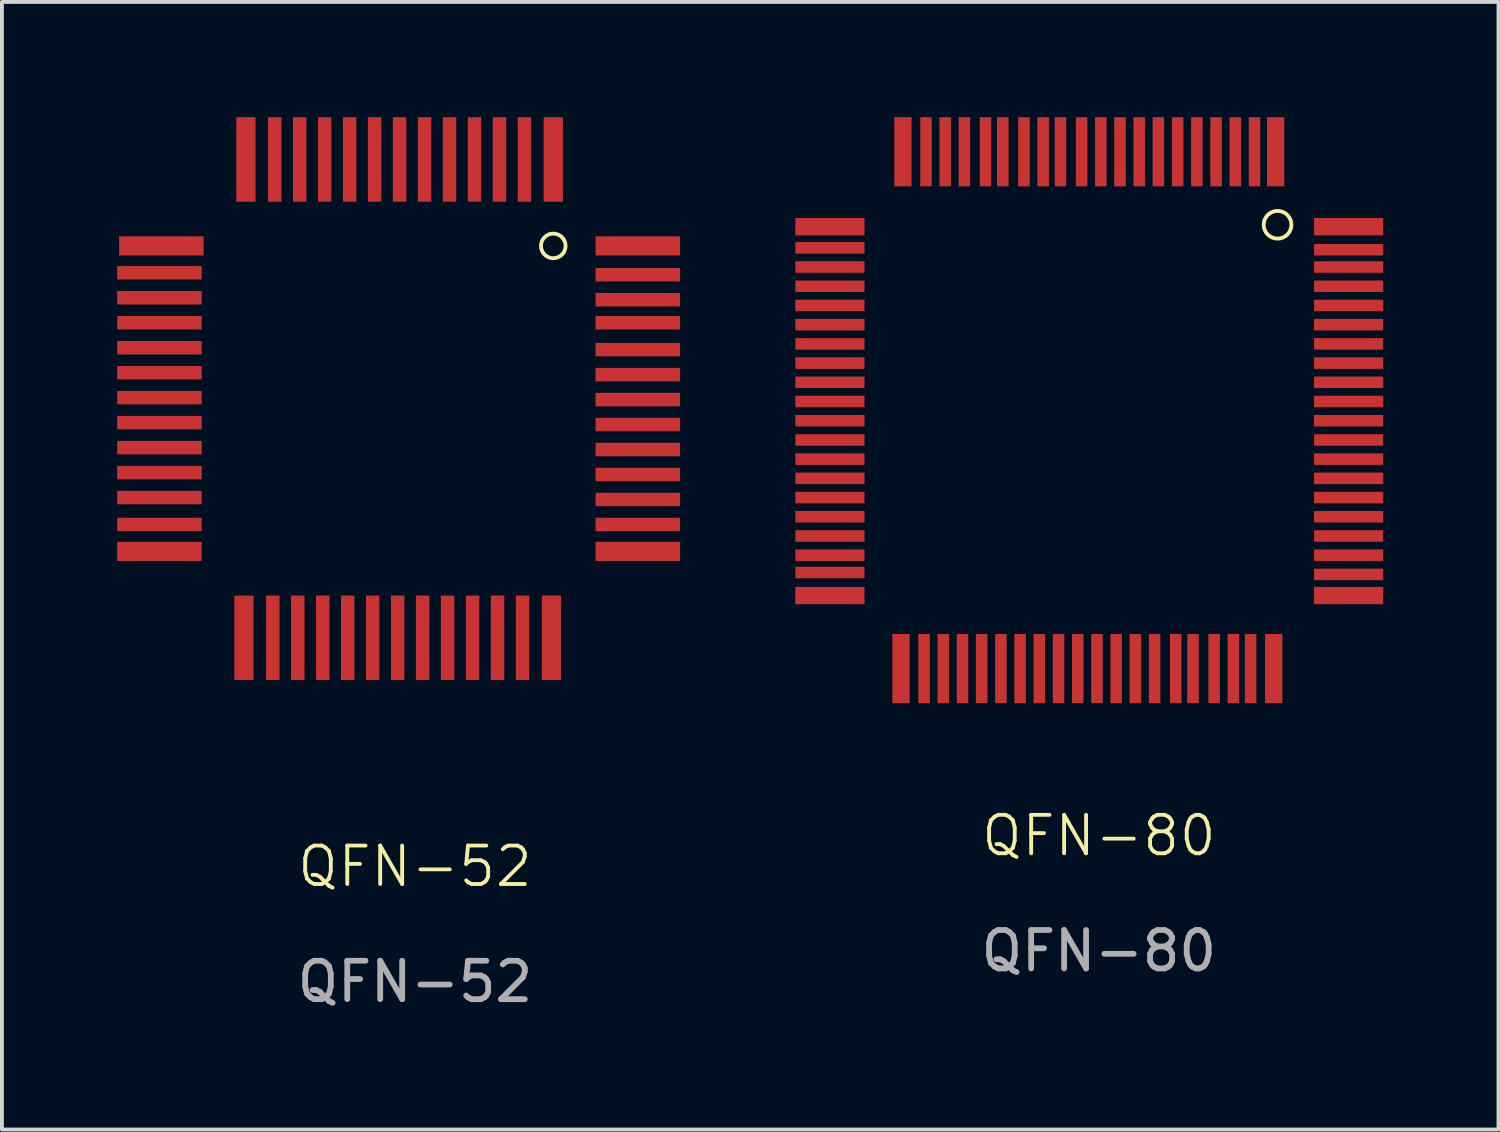
<source format=kicad_pcb>
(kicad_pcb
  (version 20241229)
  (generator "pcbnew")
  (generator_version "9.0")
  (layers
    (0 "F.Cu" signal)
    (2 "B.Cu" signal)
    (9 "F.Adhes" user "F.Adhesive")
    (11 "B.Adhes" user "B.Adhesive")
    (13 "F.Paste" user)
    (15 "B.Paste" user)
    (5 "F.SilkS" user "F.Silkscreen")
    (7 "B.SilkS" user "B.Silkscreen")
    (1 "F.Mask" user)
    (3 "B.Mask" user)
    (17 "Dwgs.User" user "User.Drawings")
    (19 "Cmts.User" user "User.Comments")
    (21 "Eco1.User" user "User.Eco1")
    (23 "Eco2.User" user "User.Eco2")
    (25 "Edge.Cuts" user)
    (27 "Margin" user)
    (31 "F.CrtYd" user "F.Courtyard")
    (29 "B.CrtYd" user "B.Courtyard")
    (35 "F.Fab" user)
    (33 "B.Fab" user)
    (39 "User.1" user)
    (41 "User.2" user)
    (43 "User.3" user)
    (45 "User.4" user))
  (footprint "QFN-80"
    (layer "F.Cu")
    (at 25.5 7.65)
    (property "Reference" "QFN-80" (at 0.05 11.05 0) (unlocked yes) (layer "F.SilkS") (effects (font (size 1 1) (thickness 0.1))))
    (attr smd)
    (fp_circle (center 4.7 -4.85) (end 5 -4.65) (stroke (width 0.1) (type default)) (fill no) (layer "F.SilkS"))
    (fp_text user "${REFERENCE}" (at 0.05 14.05 0) (unlocked yes) (layer "F.Fab") (effects (font (size 1 1) (thickness 0.15))))
    (pad "1" smd rect (at 4.65 -6.75 90) (size 1.8 0.45) (layers "F.Cu" "F.Mask" "F.Paste"))
    (pad "2" smd rect (at 4.1 -6.75 90) (size 1.8 0.3) (layers "F.Cu" "F.Mask" "F.Paste"))
    (pad "3" smd rect (at 3.6 -6.75 90) (size 1.8 0.3) (layers "F.Cu" "F.Mask" "F.Paste"))
    (pad "4" smd rect (at 3.1 -6.75 90) (size 1.8 0.3) (layers "F.Cu" "F.Mask" "F.Paste"))
    (pad "5" smd rect (at 2.6 -6.75 90) (size 1.8 0.3) (layers "F.Cu" "F.Mask" "F.Paste"))
    (pad "6" smd rect (at 2.1 -6.75 90) (size 1.8 0.3) (layers "F.Cu" "F.Mask" "F.Paste"))
    (pad "7" smd rect (at 1.6 -6.75 90) (size 1.8 0.3) (layers "F.Cu" "F.Mask" "F.Paste"))
    (pad "8" smd rect (at 1.1 -6.75 90) (size 1.8 0.3) (layers "F.Cu" "F.Mask" "F.Paste"))
    (pad "9" smd rect (at 0.6 -6.75 90) (size 1.8 0.3) (layers "F.Cu" "F.Mask" "F.Paste"))
    (pad "10" smd rect (at 0.1 -6.75 90) (size 1.8 0.3) (layers "F.Cu" "F.Mask" "F.Paste"))
    (pad "11" smd rect (at -0.4 -6.75 90) (size 1.8 0.3) (layers "F.Cu" "F.Mask" "F.Paste"))
    (pad "12" smd rect (at -0.95 -6.75 90) (size 1.8 0.3) (layers "F.Cu" "F.Mask" "F.Paste"))
    (pad "13" smd rect (at -1.4 -6.75 90) (size 1.8 0.3) (layers "F.Cu" "F.Mask" "F.Paste"))
    (pad "14" smd rect (at -1.9 -6.75 90) (size 1.8 0.3) (layers "F.Cu" "F.Mask" "F.Paste"))
    (pad "15" smd rect (at -2.45 -6.75 90) (size 1.8 0.3) (layers "F.Cu" "F.Mask" "F.Paste"))
    (pad "16" smd rect (at -2.9 -6.75 90) (size 1.8 0.3) (layers "F.Cu" "F.Mask" "F.Paste"))
    (pad "17" smd rect (at -3.45 -6.75 90) (size 1.8 0.3) (layers "F.Cu" "F.Mask" "F.Paste"))
    (pad "18" smd rect (at -3.95 -6.75 90) (size 1.8 0.3) (layers "F.Cu" "F.Mask" "F.Paste"))
    (pad "19" smd rect (at -4.45 -6.75 90) (size 1.8 0.3) (layers "F.Cu" "F.Mask" "F.Paste"))
    (pad "20" smd rect (at -5.05 -6.75 90) (size 1.8 0.45) (layers "F.Cu" "F.Mask" "F.Paste"))
    (pad "21" smd rect (at -6.95 -4.8 180) (size 1.8 0.45) (layers "F.Cu" "F.Mask" "F.Paste"))
    (pad "22" smd rect (at -6.95 -4.25 180) (size 1.8 0.3) (layers "F.Cu" "F.Mask" "F.Paste"))
    (pad "23" smd rect (at -6.95 -3.75 180) (size 1.8 0.3) (layers "F.Cu" "F.Mask" "F.Paste"))
    (pad "24" smd rect (at -6.95 -3.25 180) (size 1.8 0.3) (layers "F.Cu" "F.Mask" "F.Paste"))
    (pad "25" smd rect (at -6.95 -2.75 180) (size 1.8 0.3) (layers "F.Cu" "F.Mask" "F.Paste"))
    (pad "26" smd rect (at -6.95 -2.25 180) (size 1.8 0.3) (layers "F.Cu" "F.Mask" "F.Paste"))
    (pad "27" smd rect (at -6.95 -1.75 180) (size 1.8 0.3) (layers "F.Cu" "F.Mask" "F.Paste"))
    (pad "28" smd rect (at -6.95 -1.25 180) (size 1.8 0.3) (layers "F.Cu" "F.Mask" "F.Paste"))
    (pad "29" smd rect (at -6.95 -0.75 180) (size 1.8 0.3) (layers "F.Cu" "F.Mask" "F.Paste"))
    (pad "30" smd rect (at -6.95 -0.25 180) (size 1.8 0.3) (layers "F.Cu" "F.Mask" "F.Paste"))
    (pad "31" smd rect (at -6.95 0.25 180) (size 1.8 0.3) (layers "F.Cu" "F.Mask" "F.Paste"))
    (pad "32" smd rect (at -6.95 0.75 180) (size 1.8 0.3) (layers "F.Cu" "F.Mask" "F.Paste"))
    (pad "33" smd rect (at -6.95 1.25 180) (size 1.8 0.3) (layers "F.Cu" "F.Mask" "F.Paste"))
    (pad "34" smd rect (at -6.95 1.75 180) (size 1.8 0.3) (layers "F.Cu" "F.Mask" "F.Paste"))
    (pad "35" smd rect (at -6.95 2.25 180) (size 1.8 0.3) (layers "F.Cu" "F.Mask" "F.Paste"))
    (pad "36" smd rect (at -6.95 2.75 180) (size 1.8 0.3) (layers "F.Cu" "F.Mask" "F.Paste"))
    (pad "37" smd rect (at -6.95 3.25 180) (size 1.8 0.3) (layers "F.Cu" "F.Mask" "F.Paste"))
    (pad "38" smd rect (at -6.95 3.75 180) (size 1.8 0.3) (layers "F.Cu" "F.Mask" "F.Paste"))
    (pad "39" smd rect (at -6.95 4.2 180) (size 1.8 0.3) (layers "F.Cu" "F.Mask" "F.Paste"))
    (pad "40" smd rect (at -6.95 4.8 180) (size 1.8 0.45) (layers "F.Cu" "F.Mask" "F.Paste"))
    (pad "41" smd rect (at -5.1 6.7 270) (size 1.8 0.45) (layers "F.Cu" "F.Mask" "F.Paste"))
    (pad "42" smd rect (at -4.5 6.7 270) (size 1.8 0.3) (layers "F.Cu" "F.Mask" "F.Paste"))
    (pad "43" smd rect (at -4 6.7 270) (size 1.8 0.3) (layers "F.Cu" "F.Mask" "F.Paste"))
    (pad "44" smd rect (at -3.5 6.7 270) (size 1.8 0.3) (layers "F.Cu" "F.Mask" "F.Paste"))
    (pad "45" smd rect (at -3 6.7 270) (size 1.8 0.3) (layers "F.Cu" "F.Mask" "F.Paste"))
    (pad "46" smd rect (at -2.5 6.7 270) (size 1.8 0.3) (layers "F.Cu" "F.Mask" "F.Paste"))
    (pad "47" smd rect (at -2 6.7 270) (size 1.8 0.3) (layers "F.Cu" "F.Mask" "F.Paste"))
    (pad "48" smd rect (at -1.5 6.7 270) (size 1.8 0.3) (layers "F.Cu" "F.Mask" "F.Paste"))
    (pad "49" smd rect (at -1 6.7 270) (size 1.8 0.3) (layers "F.Cu" "F.Mask" "F.Paste"))
    (pad "50" smd rect (at -0.5 6.7 270) (size 1.8 0.3) (layers "F.Cu" "F.Mask" "F.Paste"))
    (pad "51" smd rect (at 0 6.7 270) (size 1.8 0.3) (layers "F.Cu" "F.Mask" "F.Paste"))
    (pad "52" smd rect (at 0.5 6.7 270) (size 1.8 0.3) (layers "F.Cu" "F.Mask" "F.Paste"))
    (pad "53" smd rect (at 1 6.7 270) (size 1.8 0.3) (layers "F.Cu" "F.Mask" "F.Paste"))
    (pad "54" smd rect (at 1.5 6.7 270) (size 1.8 0.3) (layers "F.Cu" "F.Mask" "F.Paste"))
    (pad "55" smd rect (at 2.05 6.7 270) (size 1.8 0.3) (layers "F.Cu" "F.Mask" "F.Paste"))
    (pad "56" smd rect (at 2.5 6.7 270) (size 1.8 0.3) (layers "F.Cu" "F.Mask" "F.Paste"))
    (pad "57" smd rect (at 3.05 6.7 270) (size 1.8 0.3) (layers "F.Cu" "F.Mask" "F.Paste"))
    (pad "58" smd rect (at 3.55 6.7 270) (size 1.8 0.3) (layers "F.Cu" "F.Mask" "F.Paste"))
    (pad "59" smd rect (at 4 6.7 270) (size 1.8 0.3) (layers "F.Cu" "F.Mask" "F.Paste"))
    (pad "60" smd rect (at 4.6 6.7 270) (size 1.8 0.45) (layers "F.Cu" "F.Mask" "F.Paste"))
    (pad "61" smd rect (at 6.55 4.8) (size 1.8 0.45) (layers "F.Cu" "F.Mask" "F.Paste"))
    (pad "62" smd rect (at 6.55 4.25) (size 1.8 0.3) (layers "F.Cu" "F.Mask" "F.Paste"))
    (pad "63" smd rect (at 6.55 3.75) (size 1.8 0.3) (layers "F.Cu" "F.Mask" "F.Paste"))
    (pad "64" smd rect (at 6.55 3.25) (size 1.8 0.3) (layers "F.Cu" "F.Mask" "F.Paste"))
    (pad "65" smd rect (at 6.55 2.75) (size 1.8 0.3) (layers "F.Cu" "F.Mask" "F.Paste"))
    (pad "66" smd rect (at 6.55 2.25) (size 1.8 0.3) (layers "F.Cu" "F.Mask" "F.Paste"))
    (pad "67" smd rect (at 6.55 1.75) (size 1.8 0.3) (layers "F.Cu" "F.Mask" "F.Paste"))
    (pad "68" smd rect (at 6.55 1.25) (size 1.8 0.3) (layers "F.Cu" "F.Mask" "F.Paste"))
    (pad "69" smd rect (at 6.55 0.75) (size 1.8 0.3) (layers "F.Cu" "F.Mask" "F.Paste"))
    (pad "70" smd rect (at 6.55 0.25) (size 1.8 0.3) (layers "F.Cu" "F.Mask" "F.Paste"))
    (pad "71" smd rect (at 6.55 -0.25) (size 1.8 0.3) (layers "F.Cu" "F.Mask" "F.Paste"))
    (pad "72" smd rect (at 6.55 -0.75) (size 1.8 0.3) (layers "F.Cu" "F.Mask" "F.Paste"))
    (pad "73" smd rect (at 6.55 -1.25) (size 1.8 0.3) (layers "F.Cu" "F.Mask" "F.Paste"))
    (pad "74" smd rect (at 6.55 -1.75) (size 1.8 0.3) (layers "F.Cu" "F.Mask" "F.Paste"))
    (pad "75" smd rect (at 6.55 -2.25) (size 1.8 0.3) (layers "F.Cu" "F.Mask" "F.Paste"))
    (pad "76" smd rect (at 6.55 -2.75) (size 1.8 0.3) (layers "F.Cu" "F.Mask" "F.Paste"))
    (pad "77" smd rect (at 6.55 -3.25) (size 1.8 0.3) (layers "F.Cu" "F.Mask" "F.Paste"))
    (pad "78" smd rect (at 6.55 -3.75) (size 1.8 0.3) (layers "F.Cu" "F.Mask" "F.Paste"))
    (pad "79" smd rect (at 6.55 -4.2) (size 1.8 0.3) (layers "F.Cu" "F.Mask" "F.Paste"))
    (pad "80" smd rect (at 6.55 -4.8) (size 1.8 0.45) (layers "F.Cu" "F.Mask" "F.Paste")))
  (footprint "QFN-52"
    (layer "F.Cu")
    (at 7.75 7.35)
    (property "Reference" "QFN-52" (at 0 12.15 0) (unlocked yes) (layer "F.SilkS") (effects (font (size 1 1) (thickness 0.1))))
    (attr smd)
    (fp_circle (center 3.6 -4) (end 3.85 -3.8) (stroke (width 0.1) (type default)) (fill no) (layer "F.SilkS"))
    (fp_text user "${REFERENCE}" (at 0 15.15 0) (unlocked yes) (layer "F.Fab") (effects (font (size 1 1) (thickness 0.15))))
    (pad "1" smd rect (at 3.6 -6.25 90) (size 2.2 0.5) (layers "F.Cu" "F.Mask" "F.Paste"))
    (pad "2" smd rect (at 2.85 -6.25 90) (size 2.2 0.35) (layers "F.Cu" "F.Mask" "F.Paste"))
    (pad "3" smd rect (at 2.2 -6.25 90) (size 2.2 0.35) (layers "F.Cu" "F.Mask" "F.Paste"))
    (pad "4" smd rect (at 1.55 -6.25 90) (size 2.2 0.35) (layers "F.Cu" "F.Mask" "F.Paste"))
    (pad "5" smd rect (at 0.9 -6.25 90) (size 2.2 0.35) (layers "F.Cu" "F.Mask" "F.Paste"))
    (pad "6" smd rect (at 0.25 -6.25 90) (size 2.2 0.35) (layers "F.Cu" "F.Mask" "F.Paste"))
    (pad "7" smd rect (at -0.4 -6.25 90) (size 2.2 0.35) (layers "F.Cu" "F.Mask" "F.Paste"))
    (pad "8" smd rect (at -1.05 -6.25 90) (size 2.2 0.35) (layers "F.Cu" "F.Mask" "F.Paste"))
    (pad "9" smd rect (at -1.7 -6.25 90) (size 2.2 0.35) (layers "F.Cu" "F.Mask" "F.Paste"))
    (pad "10" smd rect (at -2.35 -6.25 90) (size 2.2 0.35) (layers "F.Cu" "F.Mask" "F.Paste"))
    (pad "11" smd rect (at -3 -6.25 90) (size 2.2 0.35) (layers "F.Cu" "F.Mask" "F.Paste"))
    (pad "12" smd rect (at -3.65 -6.25 90) (size 2.2 0.35) (layers "F.Cu" "F.Mask" "F.Paste"))
    (pad "13" smd rect (at -4.4 -6.25 90) (size 2.2 0.5) (layers "F.Cu" "F.Mask" "F.Paste"))
    (pad "14" smd rect (at -6.6 -4 180) (size 2.2 0.5) (layers "F.Cu" "F.Mask" "F.Paste"))
    (pad "15" smd rect (at -6.65 -3.3 180) (size 2.2 0.35) (layers "F.Cu" "F.Mask" "F.Paste"))
    (pad "16" smd rect (at -6.65 -2.65 180) (size 2.2 0.35) (layers "F.Cu" "F.Mask" "F.Paste"))
    (pad "17" smd rect (at -6.65 -2 180) (size 2.2 0.35) (layers "F.Cu" "F.Mask" "F.Paste"))
    (pad "18" smd rect (at -6.65 -1.35 180) (size 2.2 0.35) (layers "F.Cu" "F.Mask" "F.Paste"))
    (pad "19" smd rect (at -6.65 -0.7 180) (size 2.2 0.35) (layers "F.Cu" "F.Mask" "F.Paste"))
    (pad "20" smd rect (at -6.65 -0.05 180) (size 2.2 0.35) (layers "F.Cu" "F.Mask" "F.Paste"))
    (pad "21" smd rect (at -6.65 0.6 180) (size 2.2 0.35) (layers "F.Cu" "F.Mask" "F.Paste"))
    (pad "22" smd rect (at -6.65 1.25 180) (size 2.2 0.35) (layers "F.Cu" "F.Mask" "F.Paste"))
    (pad "23" smd rect (at -6.65 1.9 180) (size 2.2 0.35) (layers "F.Cu" "F.Mask" "F.Paste"))
    (pad "24" smd rect (at -6.65 2.55 180) (size 2.2 0.35) (layers "F.Cu" "F.Mask" "F.Paste"))
    (pad "25" smd rect (at -6.65 3.25 180) (size 2.2 0.35) (layers "F.Cu" "F.Mask" "F.Paste"))
    (pad "26" smd rect (at -6.65 3.95 180) (size 2.2 0.5) (layers "F.Cu" "F.Mask" "F.Paste"))
    (pad "27" smd rect (at -4.45 6.2 270) (size 2.2 0.5) (layers "F.Cu" "F.Mask" "F.Paste"))
    (pad "28" smd rect (at -3.7 6.2 270) (size 2.2 0.35) (layers "F.Cu" "F.Mask" "F.Paste"))
    (pad "29" smd rect (at -3.05 6.2 270) (size 2.2 0.35) (layers "F.Cu" "F.Mask" "F.Paste"))
    (pad "30" smd rect (at -2.4 6.2 270) (size 2.2 0.35) (layers "F.Cu" "F.Mask" "F.Paste"))
    (pad "31" smd rect (at -1.75 6.2 270) (size 2.2 0.35) (layers "F.Cu" "F.Mask" "F.Paste"))
    (pad "32" smd rect (at -1.1 6.2 270) (size 2.2 0.35) (layers "F.Cu" "F.Mask" "F.Paste"))
    (pad "33" smd rect (at -0.45 6.2 270) (size 2.2 0.35) (layers "F.Cu" "F.Mask" "F.Paste"))
    (pad "34" smd rect (at 0.2 6.2 270) (size 2.2 0.35) (layers "F.Cu" "F.Mask" "F.Paste"))
    (pad "35" smd rect (at 0.85 6.2 270) (size 2.2 0.35) (layers "F.Cu" "F.Mask" "F.Paste"))
    (pad "36" smd rect (at 1.5 6.2 270) (size 2.2 0.35) (layers "F.Cu" "F.Mask" "F.Paste"))
    (pad "37" smd rect (at 2.15 6.2 270) (size 2.2 0.35) (layers "F.Cu" "F.Mask" "F.Paste"))
    (pad "38" smd rect (at 2.8 6.2 270) (size 2.2 0.35) (layers "F.Cu" "F.Mask" "F.Paste"))
    (pad "39" smd rect (at 3.55 6.2 270) (size 2.2 0.5) (layers "F.Cu" "F.Mask" "F.Paste"))
    (pad "40" smd rect (at 5.8 3.95) (size 2.2 0.5) (layers "F.Cu" "F.Mask" "F.Paste"))
    (pad "41" smd rect (at 5.8 3.25) (size 2.2 0.35) (layers "F.Cu" "F.Mask" "F.Paste"))
    (pad "42" smd rect (at 5.8 2.6) (size 2.2 0.35) (layers "F.Cu" "F.Mask" "F.Paste"))
    (pad "43" smd rect (at 5.8 1.95) (size 2.2 0.35) (layers "F.Cu" "F.Mask" "F.Paste"))
    (pad "44" smd rect (at 5.8 1.3) (size 2.2 0.35) (layers "F.Cu" "F.Mask" "F.Paste"))
    (pad "45" smd rect (at 5.8 0.65) (size 2.2 0.35) (layers "F.Cu" "F.Mask" "F.Paste"))
    (pad "46" smd rect (at 5.8 0) (size 2.2 0.35) (layers "F.Cu" "F.Mask" "F.Paste"))
    (pad "47" smd rect (at 5.8 -0.65) (size 2.2 0.35) (layers "F.Cu" "F.Mask" "F.Paste"))
    (pad "48" smd rect (at 5.8 -1.3) (size 2.2 0.35) (layers "F.Cu" "F.Mask" "F.Paste"))
    (pad "49" smd rect (at 5.8 -2) (size 2.2 0.35) (layers "F.Cu" "F.Mask" "F.Paste"))
    (pad "50" smd rect (at 5.8 -2.6) (size 2.2 0.35) (layers "F.Cu" "F.Mask" "F.Paste"))
    (pad "51" smd rect (at 5.8 -3.25) (size 2.2 0.35) (layers "F.Cu" "F.Mask" "F.Paste"))
    (pad "52" smd rect (at 5.8 -4) (size 2.2 0.5) (layers "F.Cu" "F.Mask" "F.Paste")))
  (gr_rect
    (start -3 -3)
    (end 35.95 26.348)
    (stroke (width 0.1) (type default))
    (fill no)
    (layer "Edge.Cuts")))
</source>
